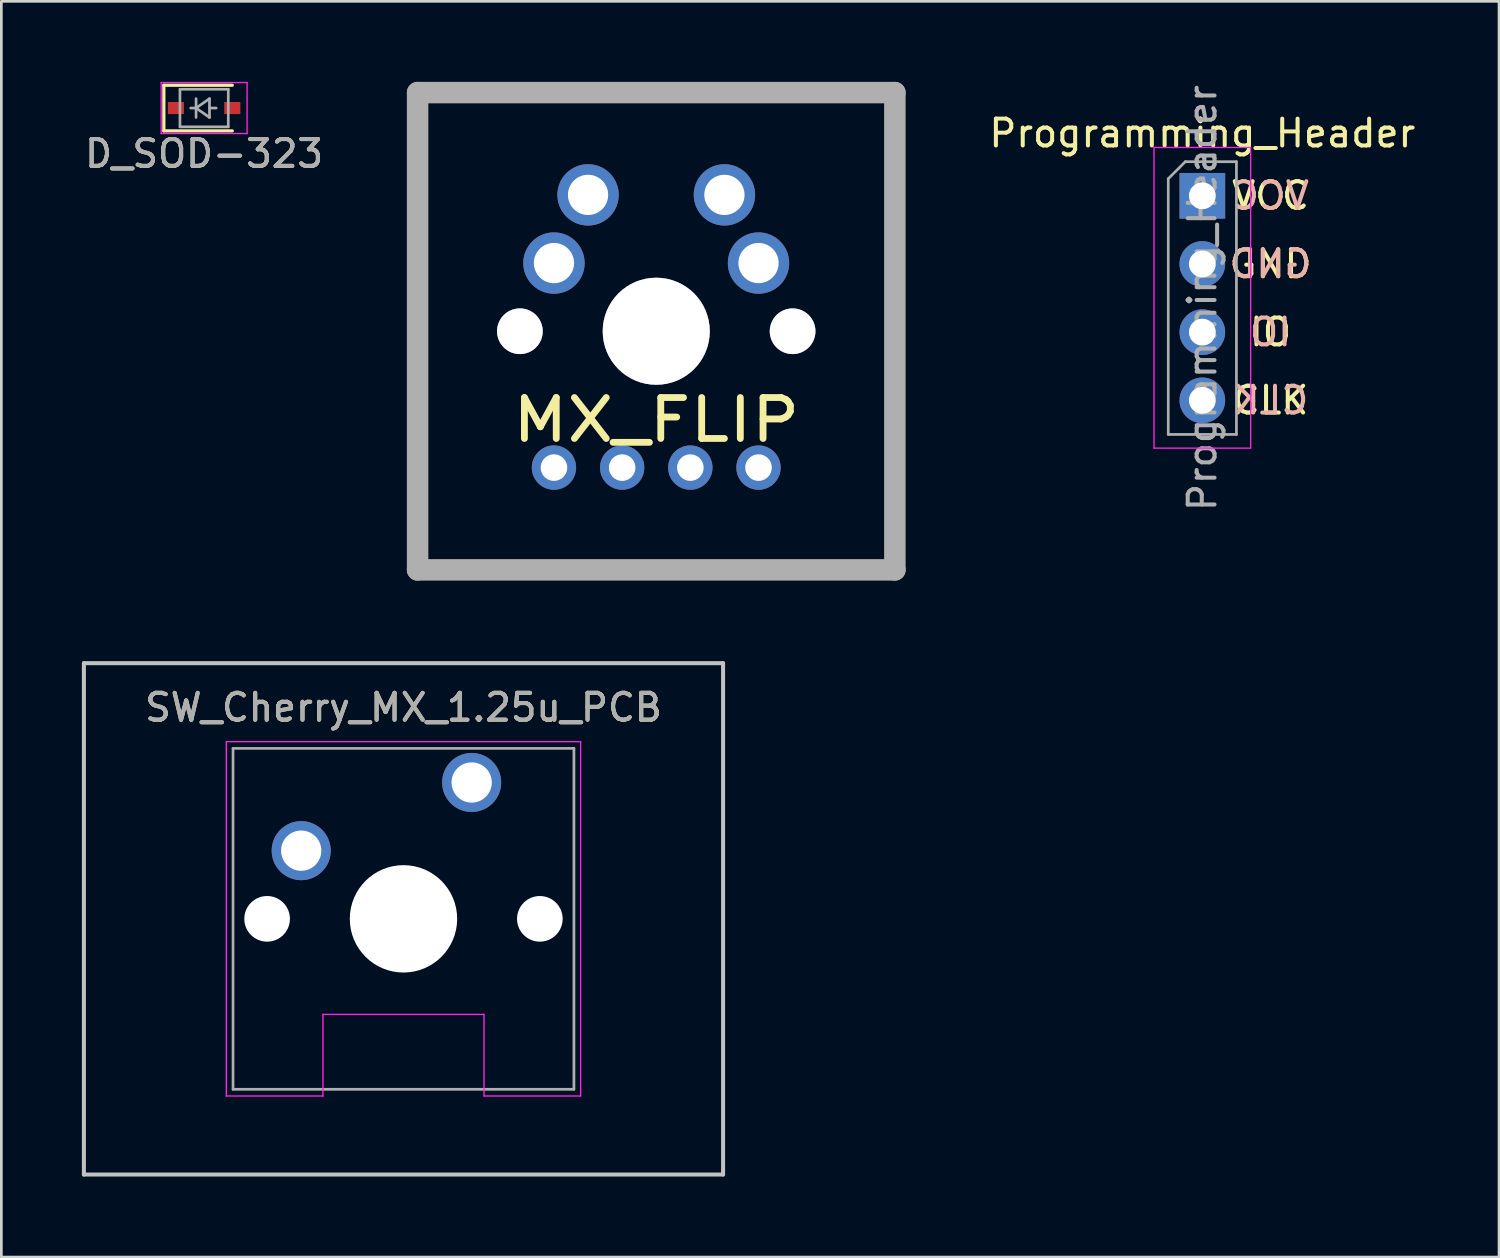
<source format=kicad_pcb>
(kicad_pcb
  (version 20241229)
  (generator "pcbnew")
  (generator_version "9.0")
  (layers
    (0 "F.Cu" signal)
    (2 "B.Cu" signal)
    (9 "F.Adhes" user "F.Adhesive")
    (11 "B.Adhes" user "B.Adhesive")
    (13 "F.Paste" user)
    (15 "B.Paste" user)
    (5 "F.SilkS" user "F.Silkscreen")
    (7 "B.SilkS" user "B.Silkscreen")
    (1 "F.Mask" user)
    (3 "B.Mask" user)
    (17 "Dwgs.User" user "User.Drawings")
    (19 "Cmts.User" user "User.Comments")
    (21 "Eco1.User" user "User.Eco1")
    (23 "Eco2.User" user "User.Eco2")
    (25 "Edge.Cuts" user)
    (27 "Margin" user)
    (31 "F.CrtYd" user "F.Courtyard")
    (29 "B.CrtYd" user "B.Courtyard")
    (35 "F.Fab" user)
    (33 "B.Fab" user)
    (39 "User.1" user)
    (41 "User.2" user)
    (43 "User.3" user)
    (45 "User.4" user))
  (footprint "SW_Cherry_MX_1.25u_PCB"
    (layer "F.Cu")
    (at 14.521 26.1)
    (property "Reference" "SW_Cherry_MX_1.25u_PCB" (at -2.54 -2.794 0) (layer "F.SilkS") (effects (font (size 1 1) (thickness 0.15))))
    (attr through_hole)
    (fp_line (start -14.446 -4.445) (end 9.366 -4.445) (stroke (width 0.15) (type solid)) (layer "Dwgs.User"))
    (fp_line (start -14.446 14.605) (end -14.446 -4.445) (stroke (width 0.15) (type solid)) (layer "Dwgs.User"))
    (fp_line (start 9.366 -4.445) (end 9.366 14.605) (stroke (width 0.15) (type solid)) (layer "Dwgs.User"))
    (fp_line (start 9.366 14.605) (end -14.446 14.605) (stroke (width 0.15) (type solid)) (layer "Dwgs.User"))
    (fp_line (start -9.14 -1.52) (end 4.06 -1.52) (stroke (width 0.05) (type solid)) (layer "F.CrtYd"))
    (fp_line (start -9.14 11.68) (end -9.14 -1.52) (stroke (width 0.05) (type solid)) (layer "F.CrtYd"))
    (fp_line (start -5.54 8.64) (end -5.54 11.68) (stroke (width 0.05) (type solid)) (layer "F.CrtYd"))
    (fp_line (start -5.54 8.64) (end 0.46 8.64) (stroke (width 0.05) (type solid)) (layer "F.CrtYd"))
    (fp_line (start -5.54 11.68) (end -9.14 11.68) (stroke (width 0.05) (type solid)) (layer "F.CrtYd"))
    (fp_line (start 0.46 8.64) (end 0.46 11.68) (stroke (width 0.05) (type solid)) (layer "F.CrtYd"))
    (fp_line (start 4.06 -1.52) (end 4.06 11.68) (stroke (width 0.05) (type solid)) (layer "F.CrtYd"))
    (fp_line (start 4.06 11.68) (end 0.46 11.68) (stroke (width 0.05) (type solid)) (layer "F.CrtYd"))
    (fp_line (start -8.89 -1.27) (end 3.81 -1.27) (stroke (width 0.1) (type solid)) (layer "F.Fab"))
    (fp_line (start -8.89 11.43) (end -8.89 -1.27) (stroke (width 0.1) (type solid)) (layer "F.Fab"))
    (fp_line (start 3.81 -1.27) (end 3.81 11.43) (stroke (width 0.1) (type solid)) (layer "F.Fab"))
    (fp_line (start 3.81 11.43) (end -8.89 11.43) (stroke (width 0.1) (type solid)) (layer "F.Fab"))
    (fp_text user "${REFERENCE}" (at -2.54 -2.794 0) (layer "F.Fab") (effects (font (size 1 1) (thickness 0.15))))
    (pad "" np_thru_hole circle (at -7.62 5.08) (size 1.7 1.7) (drill 1.7) (layers "*.Cu" "*.Mask"))
    (pad "" np_thru_hole circle (at -2.54 5.08) (size 4 4) (drill 4) (layers "*.Cu" "*.Mask"))
    (pad "" np_thru_hole circle (at 2.54 5.08) (size 1.7 1.7) (drill 1.7) (layers "*.Cu" "*.Mask"))
    (pad "1" thru_hole circle (at 0 0) (size 2.2 2.2) (drill 1.5) (layers "*.Cu" "*.Mask"))
    (pad "2" thru_hole circle (at -6.35 2.54) (size 2.2 2.2) (drill 1.5) (layers "*.Cu" "*.Mask")))
  (footprint "D_SOD-323"
    (layer "F.Cu")
    (at 4.554 0.975)
    (property "Reference" "D_SOD-323" (at 0 1.7 0) (layer "F.SilkS") (effects (font (size 1 1) (thickness 0.15))))
    (attr smd)
    (fp_line (start -1.5 -0.85) (end -1.5 0.85) (stroke (width 0.12) (type solid)) (layer "F.SilkS"))
    (fp_line (start -1.5 -0.85) (end 1.05 -0.85) (stroke (width 0.12) (type solid)) (layer "F.SilkS"))
    (fp_line (start -1.5 0.85) (end 1.05 0.85) (stroke (width 0.12) (type solid)) (layer "F.SilkS"))
    (fp_line (start -1.6 -0.95) (end -1.6 0.95) (stroke (width 0.05) (type solid)) (layer "F.CrtYd"))
    (fp_line (start -1.6 -0.95) (end 1.6 -0.95) (stroke (width 0.05) (type solid)) (layer "F.CrtYd"))
    (fp_line (start -1.6 0.95) (end 1.6 0.95) (stroke (width 0.05) (type solid)) (layer "F.CrtYd"))
    (fp_line (start 1.6 -0.95) (end 1.6 0.95) (stroke (width 0.05) (type solid)) (layer "F.CrtYd"))
    (fp_line (start -0.9 -0.7) (end 0.9 -0.7) (stroke (width 0.1) (type solid)) (layer "F.Fab"))
    (fp_line (start -0.9 0.7) (end -0.9 -0.7) (stroke (width 0.1) (type solid)) (layer "F.Fab"))
    (fp_line (start -0.3 -0.35) (end -0.3 0.35) (stroke (width 0.1) (type solid)) (layer "F.Fab"))
    (fp_line (start -0.3 0) (end -0.5 0) (stroke (width 0.1) (type solid)) (layer "F.Fab"))
    (fp_line (start -0.3 0) (end 0.2 -0.35) (stroke (width 0.1) (type solid)) (layer "F.Fab"))
    (fp_line (start 0.2 -0.35) (end 0.2 0.35) (stroke (width 0.1) (type solid)) (layer "F.Fab"))
    (fp_line (start 0.2 0) (end 0.45 0) (stroke (width 0.1) (type solid)) (layer "F.Fab"))
    (fp_line (start 0.2 0.35) (end -0.3 0) (stroke (width 0.1) (type solid)) (layer "F.Fab"))
    (fp_line (start 0.9 -0.7) (end 0.9 0.7) (stroke (width 0.1) (type solid)) (layer "F.Fab"))
    (fp_line (start 0.9 0.7) (end -0.9 0.7) (stroke (width 0.1) (type solid)) (layer "F.Fab"))
    (fp_text user "${REFERENCE}" (at 0 1.7 0) (layer "F.Fab") (effects (font (size 1 1) (thickness 0.15))))
    (pad "1" smd rect (at -1.05 0) (size 0.6 0.45) (layers "F.Cu" "F.Mask" "F.Paste"))
    (pad "2" smd rect (at 1.05 0) (size 0.6 0.45) (layers "F.Cu" "F.Mask" "F.Paste")))
  (footprint "Programming_Header"
    (layer "F.Cu")
    (at 41.741 4.244)
    (property "Reference" "Programming_Header" (at 0 -2.33 0) (layer "F.SilkS") (effects (font (size 1 1) (thickness 0.15))))
    (attr through_hole)
    (fp_line (start -1.8 -1.8) (end -1.8 9.4) (stroke (width 0.05) (type solid)) (layer "F.CrtYd"))
    (fp_line (start -1.8 9.4) (end 1.8 9.4) (stroke (width 0.05) (type solid)) (layer "F.CrtYd"))
    (fp_line (start 1.8 -1.8) (end -1.8 -1.8) (stroke (width 0.05) (type solid)) (layer "F.CrtYd"))
    (fp_line (start 1.8 9.4) (end 1.8 -1.8) (stroke (width 0.05) (type solid)) (layer "F.CrtYd"))
    (fp_line (start -1.27 -0.635) (end -0.635 -1.27) (stroke (width 0.1) (type solid)) (layer "F.Fab"))
    (fp_line (start -1.27 8.89) (end -1.27 -0.635) (stroke (width 0.1) (type solid)) (layer "F.Fab"))
    (fp_line (start -0.635 -1.27) (end 1.27 -1.27) (stroke (width 0.1) (type solid)) (layer "F.Fab"))
    (fp_line (start 1.27 -1.27) (end 1.27 8.89) (stroke (width 0.1) (type solid)) (layer "F.Fab"))
    (fp_line (start 1.27 8.89) (end -1.27 8.89) (stroke (width 0.1) (type solid)) (layer "F.Fab"))
    (fp_text user "VCC" (at 2.54 0 0) (layer "F.SilkS") (effects (font (size 1 1) (thickness 0.15))))
    (fp_text user "GND" (at 2.54 2.54 0) (layer "F.SilkS") (effects (font (size 1 1) (thickness 0.15))))
    (fp_text user "IO" (at 2.54 5.08 0) (layer "F.SilkS") (effects (font (size 1 1) (thickness 0.15))))
    (fp_text user "CLK" (at 2.54 7.62 0) (layer "F.SilkS") (effects (font (size 1 1) (thickness 0.15))))
    (fp_text user "GND" (at 2.54 2.54 0) (layer "B.SilkS") (effects (font (size 1 1) (thickness 0.15)) (justify mirror)))
    (fp_text user "CLK" (at 2.54 7.62 0) (layer "B.SilkS") (effects (font (size 1 1) (thickness 0.15)) (justify mirror)))
    (fp_text user "IO" (at 2.54 5.08 0) (layer "B.SilkS") (effects (font (size 1 1) (thickness 0.15)) (justify mirror)))
    (fp_text user "VCC" (at 2.54 0 0) (layer "B.SilkS") (effects (font (size 1 1) (thickness 0.15)) (justify mirror)))
    (fp_text user "${REFERENCE}" (at 0 3.81 90) (layer "F.Fab") (effects (font (size 1 1) (thickness 0.15))))
    (pad "1" thru_hole rect (at 0 0) (size 1.7 1.7) (drill 1) (layers "*.Cu" "*.Mask"))
    (pad "2" thru_hole oval (at 0 2.54) (size 1.7 1.7) (drill 1) (layers "*.Cu" "*.Mask"))
    (pad "3" thru_hole oval (at 0 5.08) (size 1.7 1.7) (drill 1) (layers "*.Cu" "*.Mask"))
    (pad "4" thru_hole oval (at 0 7.62) (size 1.7 1.7) (drill 1) (layers "*.Cu" "*.Mask")))
  (footprint "MX_FLIP"
    (layer "F.Cu")
    (at 21.397 9.29)
    (property "Reference" "MX_FLIP" (at 0 3.302 0) (layer "F.SilkS") (effects (font (size 1.524 1.778) (thickness 0.254))))
    (attr through_hole)
    (fp_line (start -8.89 -8.89) (end 8.89 -8.89) (stroke (width 0.8) (type solid)) (layer "F.Fab"))
    (fp_line (start -8.89 8.89) (end -8.89 -8.89) (stroke (width 0.8) (type solid)) (layer "F.Fab"))
    (fp_line (start 8.89 -8.89) (end 8.89 8.89) (stroke (width 0.8) (type solid)) (layer "F.Fab"))
    (fp_line (start 8.89 8.89) (end -8.89 8.89) (stroke (width 0.8) (type solid)) (layer "F.Fab"))
    (pad "" thru_hole circle (at -5.08 0) (size 1.702 1.702) (drill 1.702) (layers "*.Cu"))
    (pad "" thru_hole circle (at -3.81 5.08) (size 1.651 1.651) (drill 0.991) (layers "*.Cu" "*.Mask"))
    (pad "" thru_hole circle (at -1.27 5.08) (size 1.651 1.651) (drill 0.991) (layers "*.Cu" "*.Mask"))
    (pad "" thru_hole circle (at 0 0) (size 3.988 3.988) (drill 3.988) (layers "*.Cu"))
    (pad "" thru_hole circle (at 1.27 5.08) (size 1.651 1.651) (drill 0.991) (layers "*.Cu" "*.Mask"))
    (pad "" thru_hole circle (at 3.81 5.08) (size 1.651 1.651) (drill 0.991) (layers "*.Cu" "*.Mask"))
    (pad "" thru_hole circle (at 5.08 0) (size 1.702 1.702) (drill 1.702) (layers "*.Cu"))
    (pad "1" thru_hole circle (at 2.54 -5.08) (size 2.286 2.286) (drill 1.499) (layers "*.Cu" "*.Mask"))
    (pad "1" thru_hole circle (at 3.81 -2.54) (size 2.286 2.286) (drill 1.499) (layers "*.Cu"))
    (pad "2" thru_hole circle (at -3.81 -2.54) (size 2.286 2.286) (drill 1.499) (layers "*.Cu" "*.Mask"))
    (pad "2" thru_hole circle (at -2.54 -5.08) (size 2.286 2.286) (drill 1.499) (layers "*.Cu" "*.Mask")))
  (gr_rect
    (start -3 -3)
    (end 52.794 43.78)
    (stroke (width 0.1) (type default))
    (fill no)
    (layer "Edge.Cuts")))
</source>
